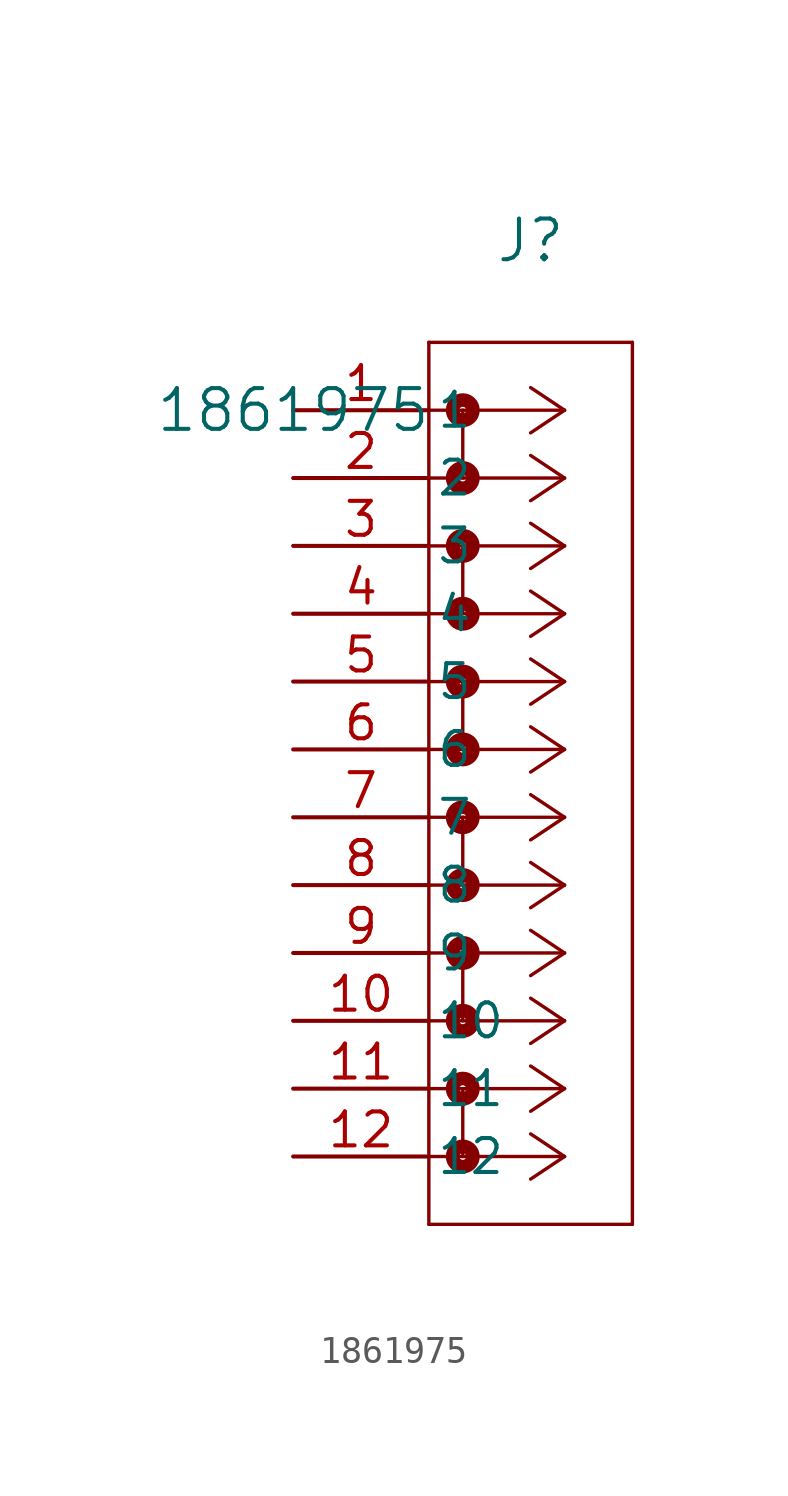
<source format=kicad_sym>
(kicad_symbol_lib
  (version 20211014)
  (generator kicad_symbol_editor)
  (symbol "1861975"
    (pin_names
      (offset 0.254))
    (property "Reference" "J"
      (at 8.89 6.35 0)
      (effects (font (size 1.524 1.524))))
    (property "Value" "1861975"
      (at 0 0 0)
      (effects (font (size 1.524 1.524))))
    (symbol "1861975_0_1"
      (polyline (pts (xy 10.16 -10.16) (xy 5.08 -10.16)) (stroke (width 0.127) (type default) (color 0 0 0 0)) (fill (type none)))
      (polyline (pts (xy 10.16 -12.7) (xy 5.08 -12.7)) (stroke (width 0.127) (type default) (color 0 0 0 0)) (fill (type none)))
      (polyline (pts (xy 10.16 -10.16) (xy 8.89 -9.313)) (stroke (width 0.127) (type default) (color 0 0 0 0)) (fill (type none)))
      (polyline (pts (xy 10.16 -12.7) (xy 8.89 -11.853)) (stroke (width 0.127) (type default) (color 0 0 0 0)) (fill (type none)))
      (polyline (pts (xy 10.16 -10.16) (xy 8.89 -11.007)) (stroke (width 0.127) (type default) (color 0 0 0 0)) (fill (type none)))
      (polyline (pts (xy 10.16 -12.7) (xy 8.89 -13.547)) (stroke (width 0.127) (type default) (color 0 0 0 0)) (fill (type none)))
      (circle (center 6.35 -10.16) (radius 0.127) (stroke (width 0.508) (type default) (color 0 0 0 0)) (fill (type none)))
      (circle (center 6.35 -12.7) (radius 0.127) (stroke (width 0.508) (type default) (color 0 0 0 0)) (fill (type none)))
      (polyline (pts (xy 6.35 -10.16) (xy 6.35 -12.7)) (stroke (width 0.127) (type default) (color 0 0 0 0)) (fill (type none)))
      (polyline (pts (xy 10.16 -5.08) (xy 5.08 -5.08)) (stroke (width 0.127) (type default) (color 0 0 0 0)) (fill (type none)))
      (polyline (pts (xy 10.16 -7.62) (xy 5.08 -7.62)) (stroke (width 0.127) (type default) (color 0 0 0 0)) (fill (type none)))
      (polyline (pts (xy 10.16 -5.08) (xy 8.89 -4.233)) (stroke (width 0.127) (type default) (color 0 0 0 0)) (fill (type none)))
      (polyline (pts (xy 10.16 -7.62) (xy 8.89 -6.773)) (stroke (width 0.127) (type default) (color 0 0 0 0)) (fill (type none)))
      (polyline (pts (xy 10.16 -5.08) (xy 8.89 -5.927)) (stroke (width 0.127) (type default) (color 0 0 0 0)) (fill (type none)))
      (polyline (pts (xy 10.16 -7.62) (xy 8.89 -8.467)) (stroke (width 0.127) (type default) (color 0 0 0 0)) (fill (type none)))
      (circle (center 6.35 -5.08) (radius 0.127) (stroke (width 0.508) (type default) (color 0 0 0 0)) (fill (type none)))
      (circle (center 6.35 -7.62) (radius 0.127) (stroke (width 0.508) (type default) (color 0 0 0 0)) (fill (type none)))
      (polyline (pts (xy 6.35 -5.08) (xy 6.35 -7.62)) (stroke (width 0.127) (type default) (color 0 0 0 0)) (fill (type none)))
      (polyline (pts (xy 10.16 0) (xy 5.08 0)) (stroke (width 0.127) (type default) (color 0 0 0 0)) (fill (type none)))
      (polyline (pts (xy 10.16 -2.54) (xy 5.08 -2.54)) (stroke (width 0.127) (type default) (color 0 0 0 0)) (fill (type none)))
      (polyline (pts (xy 10.16 0) (xy 8.89 0.847)) (stroke (width 0.127) (type default) (color 0 0 0 0)) (fill (type none)))
      (polyline (pts (xy 10.16 -2.54) (xy 8.89 -1.693)) (stroke (width 0.127) (type default) (color 0 0 0 0)) (fill (type none)))
      (polyline (pts (xy 10.16 0) (xy 8.89 -0.847)) (stroke (width 0.127) (type default) (color 0 0 0 0)) (fill (type none)))
      (polyline (pts (xy 10.16 -2.54) (xy 8.89 -3.387)) (stroke (width 0.127) (type default) (color 0 0 0 0)) (fill (type none)))
      (circle (center 6.35 0) (radius 0.127) (stroke (width 0.508) (type default) (color 0 0 0 0)) (fill (type none)))
      (circle (center 6.35 -2.54) (radius 0.127) (stroke (width 0.508) (type default) (color 0 0 0 0)) (fill (type none)))
      (polyline (pts (xy 6.35 0) (xy 6.35 -2.54)) (stroke (width 0.127) (type default) (color 0 0 0 0)) (fill (type none)))
      (polyline (pts (xy 10.16 -25.4) (xy 5.08 -25.4)) (stroke (width 0.127) (type default) (color 0 0 0 0)) (fill (type none)))
      (polyline (pts (xy 10.16 -27.94) (xy 5.08 -27.94)) (stroke (width 0.127) (type default) (color 0 0 0 0)) (fill (type none)))
      (polyline (pts (xy 10.16 -25.4) (xy 8.89 -24.553)) (stroke (width 0.127) (type default) (color 0 0 0 0)) (fill (type none)))
      (polyline (pts (xy 10.16 -27.94) (xy 8.89 -27.093)) (stroke (width 0.127) (type default) (color 0 0 0 0)) (fill (type none)))
      (polyline (pts (xy 10.16 -25.4) (xy 8.89 -26.247)) (stroke (width 0.127) (type default) (color 0 0 0 0)) (fill (type none)))
      (polyline (pts (xy 10.16 -27.94) (xy 8.89 -28.787)) (stroke (width 0.127) (type default) (color 0 0 0 0)) (fill (type none)))
      (circle (center 6.35 -25.4) (radius 0.127) (stroke (width 0.508) (type default) (color 0 0 0 0)) (fill (type none)))
      (circle (center 6.35 -27.94) (radius 0.127) (stroke (width 0.508) (type default) (color 0 0 0 0)) (fill (type none)))
      (polyline (pts (xy 6.35 -25.4) (xy 6.35 -27.94)) (stroke (width 0.127) (type default) (color 0 0 0 0)) (fill (type none)))
      (polyline (pts (xy 5.08 2.54) (xy 5.08 -30.48)) (stroke (width 0.127) (type default) (color 0 0 0 0)) (fill (type none)))
      (polyline (pts (xy 5.08 -30.48) (xy 12.7 -30.48)) (stroke (width 0.127) (type default) (color 0 0 0 0)) (fill (type none)))
      (polyline (pts (xy 12.7 -30.48) (xy 12.7 2.54)) (stroke (width 0.127) (type default) (color 0 0 0 0)) (fill (type none)))
      (polyline (pts (xy 12.7 2.54) (xy 5.08 2.54)) (stroke (width 0.127) (type default) (color 0 0 0 0)) (fill (type none)))
      (polyline (pts (xy 10.16 -20.32) (xy 5.08 -20.32)) (stroke (width 0.127) (type default) (color 0 0 0 0)) (fill (type none)))
      (polyline (pts (xy 10.16 -22.86) (xy 5.08 -22.86)) (stroke (width 0.127) (type default) (color 0 0 0 0)) (fill (type none)))
      (polyline (pts (xy 10.16 -20.32) (xy 8.89 -19.473)) (stroke (width 0.127) (type default) (color 0 0 0 0)) (fill (type none)))
      (polyline (pts (xy 10.16 -22.86) (xy 8.89 -22.013)) (stroke (width 0.127) (type default) (color 0 0 0 0)) (fill (type none)))
      (polyline (pts (xy 10.16 -20.32) (xy 8.89 -21.167)) (stroke (width 0.127) (type default) (color 0 0 0 0)) (fill (type none)))
      (polyline (pts (xy 10.16 -22.86) (xy 8.89 -23.707)) (stroke (width 0.127) (type default) (color 0 0 0 0)) (fill (type none)))
      (circle (center 6.35 -20.32) (radius 0.127) (stroke (width 0.508) (type default) (color 0 0 0 0)) (fill (type none)))
      (circle (center 6.35 -22.86) (radius 0.127) (stroke (width 0.508) (type default) (color 0 0 0 0)) (fill (type none)))
      (polyline (pts (xy 6.35 -20.32) (xy 6.35 -22.86)) (stroke (width 0.127) (type default) (color 0 0 0 0)) (fill (type none)))
      (polyline (pts (xy 10.16 -15.24) (xy 5.08 -15.24)) (stroke (width 0.127) (type default) (color 0 0 0 0)) (fill (type none)))
      (polyline (pts (xy 10.16 -17.78) (xy 5.08 -17.78)) (stroke (width 0.127) (type default) (color 0 0 0 0)) (fill (type none)))
      (polyline (pts (xy 10.16 -15.24) (xy 8.89 -14.393)) (stroke (width 0.127) (type default) (color 0 0 0 0)) (fill (type none)))
      (polyline (pts (xy 10.16 -17.78) (xy 8.89 -16.933)) (stroke (width 0.127) (type default) (color 0 0 0 0)) (fill (type none)))
      (polyline (pts (xy 10.16 -15.24) (xy 8.89 -16.087)) (stroke (width 0.127) (type default) (color 0 0 0 0)) (fill (type none)))
      (polyline (pts (xy 10.16 -17.78) (xy 8.89 -18.627)) (stroke (width 0.127) (type default) (color 0 0 0 0)) (fill (type none)))
      (circle (center 6.35 -15.24) (radius 0.127) (stroke (width 0.508) (type default) (color 0 0 0 0)) (fill (type none)))
      (circle (center 6.35 -17.78) (radius 0.127) (stroke (width 0.508) (type default) (color 0 0 0 0)) (fill (type none)))
      (polyline (pts (xy 6.35 -15.24) (xy 6.35 -17.78)) (stroke (width 0.127) (type default) (color 0 0 0 0)) (fill (type none)))
      (pin unspecified line (at 0 0 0) (length 5.08) (name "1" (effects (font (size 1.27 1.27)))) (number "1" (effects (font (size 1.27 1.27)))))
      (pin unspecified line (at 0 -2.54 0) (length 5.08) (name "2" (effects (font (size 1.27 1.27)))) (number "2" (effects (font (size 1.27 1.27)))))
      (pin unspecified line (at 0 -5.08 0) (length 5.08) (name "3" (effects (font (size 1.27 1.27)))) (number "3" (effects (font (size 1.27 1.27)))))
      (pin unspecified line (at 0 -7.62 0) (length 5.08) (name "4" (effects (font (size 1.27 1.27)))) (number "4" (effects (font (size 1.27 1.27)))))
      (pin unspecified line (at 0 -10.16 0) (length 5.08) (name "5" (effects (font (size 1.27 1.27)))) (number "5" (effects (font (size 1.27 1.27)))))
      (pin unspecified line (at 0 -12.7 0) (length 5.08) (name "6" (effects (font (size 1.27 1.27)))) (number "6" (effects (font (size 1.27 1.27)))))
      (pin unspecified line (at 0 -15.24 0) (length 5.08) (name "7" (effects (font (size 1.27 1.27)))) (number "7" (effects (font (size 1.27 1.27)))))
      (pin unspecified line (at 0 -17.78 0) (length 5.08) (name "8" (effects (font (size 1.27 1.27)))) (number "8" (effects (font (size 1.27 1.27)))))
      (pin unspecified line (at 0 -20.32 0) (length 5.08) (name "9" (effects (font (size 1.27 1.27)))) (number "9" (effects (font (size 1.27 1.27)))))
      (pin unspecified line (at 0 -22.86 0) (length 5.08) (name "10" (effects (font (size 1.27 1.27)))) (number "10" (effects (font (size 1.27 1.27)))))
      (pin unspecified line (at 0 -25.4 0) (length 5.08) (name "11" (effects (font (size 1.27 1.27)))) (number "11" (effects (font (size 1.27 1.27)))))
      (pin unspecified line (at 0 -27.94 0) (length 5.08) (name "12" (effects (font (size 1.27 1.27)))) (number "12" (effects (font (size 1.27 1.27))))))))
</source>
